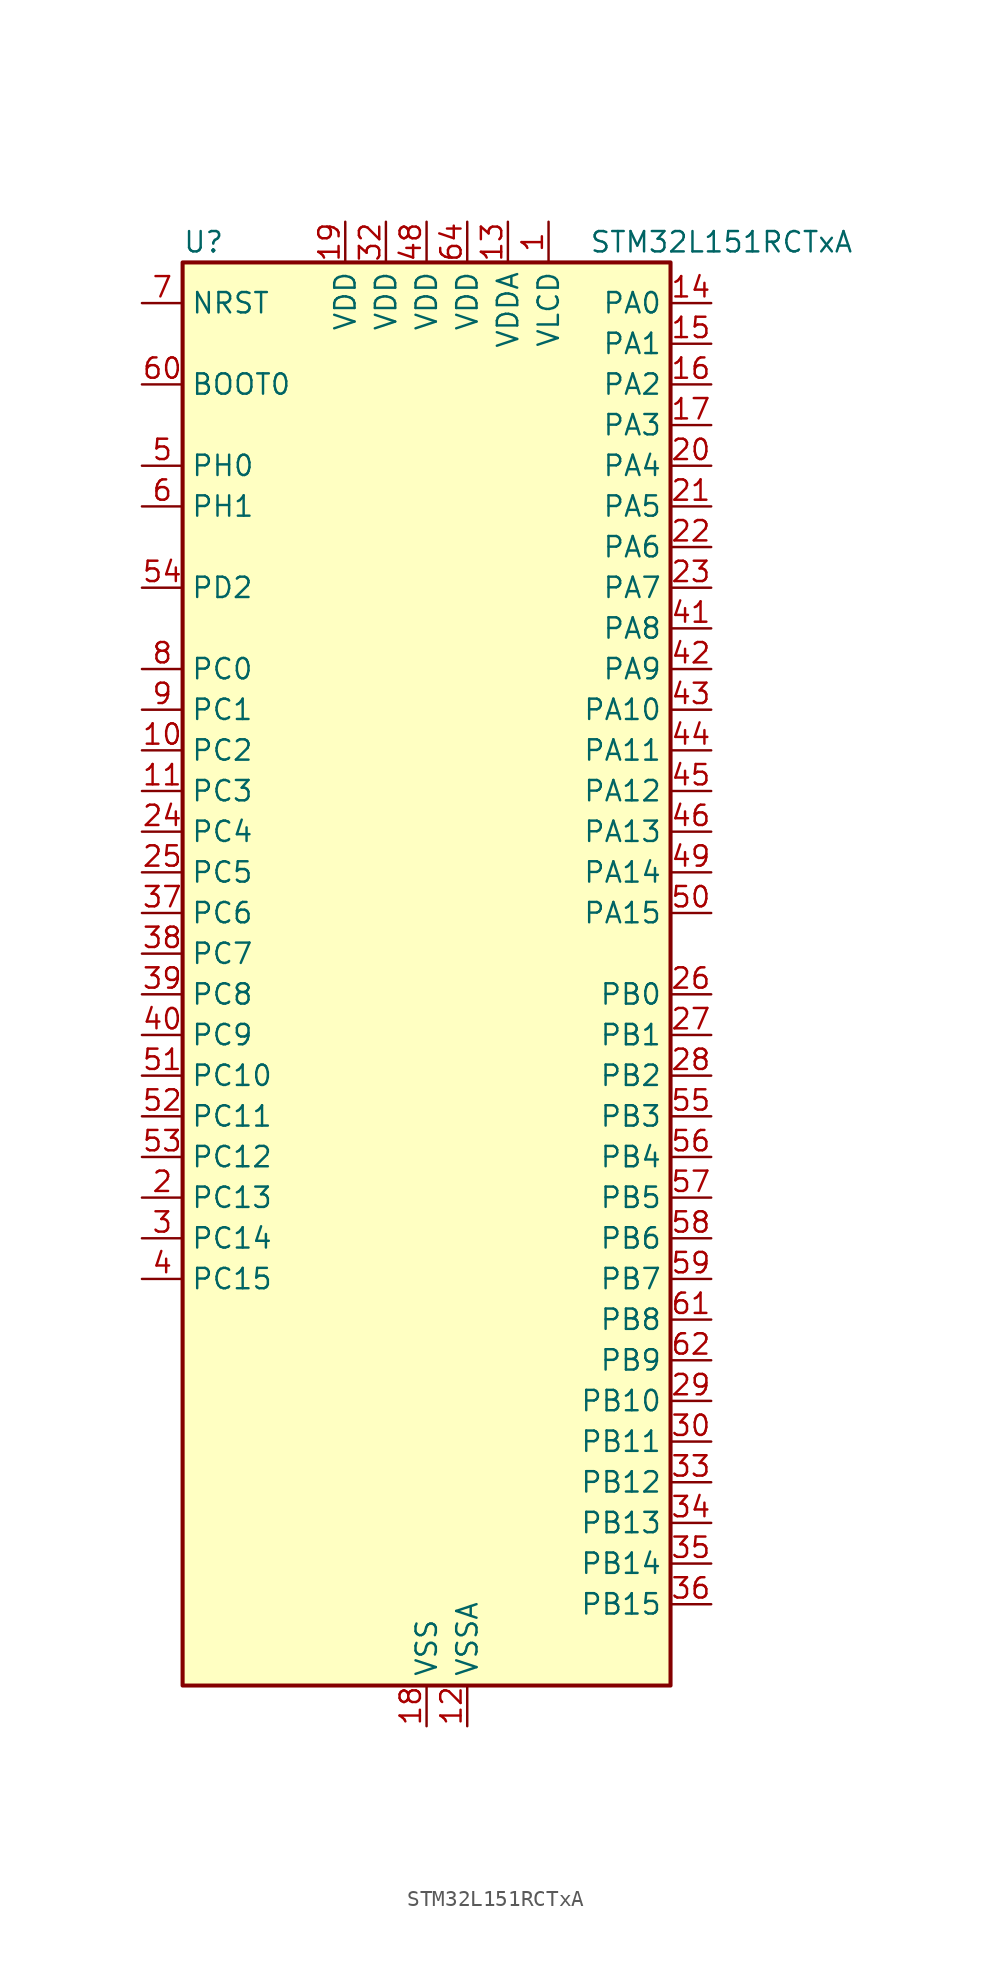
<source format=kicad_sym>
(kicad_symbol_lib
  (version 20220914)
  (generator kicad_symbol_editor)
  (symbol "STM32L151RCTxA"
    (property "Reference" "U"
      (at -15.24 46.99 0)
      (effects (font (size 1.27 1.27)) (justify left)))
    (property "Value" "STM32L151RCTxA"
      (at 10.16 46.99 0)
      (effects (font (size 1.27 1.27)) (justify left)))
    (property "ki_locked" ""
      (at 0 0 0)
      (effects (font (size 1.27 1.27))))
    (symbol "STM32L151RCTxA_0_1"
      (rectangle (start -15.24 -43.18) (end 15.24 45.72) (stroke (width 0.254) (type default)) (fill (type background))))
    (symbol "STM32L151RCTxA_1_1"
      (pin power_in line (at 7.62 48.26 270) (length 2.54) (name "VLCD" (effects (font (size 1.27 1.27)))) (number "1" (effects (font (size 1.27 1.27)))))
      (pin bidirectional line (at -17.78 15.24 0) (length 2.54) (name "PC2" (effects (font (size 1.27 1.27)))) (number "10" (effects (font (size 1.27 1.27)))) (alternate "ADC_IN12" bidirectional line) (alternate "COMP1_INP" bidirectional line) (alternate "TIMX_IC3" bidirectional line) (alternate "TS_G8_IO3" bidirectional line))
      (pin bidirectional line (at -17.78 12.7 0) (length 2.54) (name "PC3" (effects (font (size 1.27 1.27)))) (number "11" (effects (font (size 1.27 1.27)))) (alternate "ADC_IN13" bidirectional line) (alternate "COMP1_INP" bidirectional line) (alternate "TIMX_IC4" bidirectional line) (alternate "TS_G8_IO4" bidirectional line))
      (pin power_in line (at 2.54 -45.72 90) (length 2.54) (name "VSSA" (effects (font (size 1.27 1.27)))) (number "12" (effects (font (size 1.27 1.27)))))
      (pin power_in line (at 5.08 48.26 270) (length 2.54) (name "VDDA" (effects (font (size 1.27 1.27)))) (number "13" (effects (font (size 1.27 1.27)))))
      (pin bidirectional line (at 17.78 43.18 180) (length 2.54) (name "PA0" (effects (font (size 1.27 1.27)))) (number "14" (effects (font (size 1.27 1.27)))) (alternate "ADC_IN0" bidirectional line) (alternate "COMP1_INP" bidirectional line) (alternate "RTC_TAMP2" bidirectional line) (alternate "SYS_WKUP1" bidirectional line) (alternate "TIM2_CH1" bidirectional line) (alternate "TIM2_ETR" bidirectional line) (alternate "TIM5_CH1" bidirectional line) (alternate "TIMX_IC1" bidirectional line) (alternate "TS_G1_IO1" bidirectional line) (alternate "USART2_CTS" bidirectional line))
      (pin bidirectional line (at 17.78 40.64 180) (length 2.54) (name "PA1" (effects (font (size 1.27 1.27)))) (number "15" (effects (font (size 1.27 1.27)))) (alternate "ADC_IN1" bidirectional line) (alternate "COMP1_INP" bidirectional line) (alternate "OPAMP1_VINP" bidirectional line) (alternate "TIM2_CH2" bidirectional line) (alternate "TIM5_CH2" bidirectional line) (alternate "TIMX_IC2" bidirectional line) (alternate "TS_G1_IO2" bidirectional line) (alternate "USART2_RTS" bidirectional line))
      (pin bidirectional line (at 17.78 38.1 180) (length 2.54) (name "PA2" (effects (font (size 1.27 1.27)))) (number "16" (effects (font (size 1.27 1.27)))) (alternate "ADC_IN2" bidirectional line) (alternate "COMP1_INP" bidirectional line) (alternate "OPAMP1_VINM" bidirectional line) (alternate "TIM2_CH3" bidirectional line) (alternate "TIM5_CH3" bidirectional line) (alternate "TIM9_CH1" bidirectional line) (alternate "TIMX_IC3" bidirectional line) (alternate "TS_G1_IO3" bidirectional line) (alternate "USART2_TX" bidirectional line))
      (pin bidirectional line (at 17.78 35.56 180) (length 2.54) (name "PA3" (effects (font (size 1.27 1.27)))) (number "17" (effects (font (size 1.27 1.27)))) (alternate "ADC_IN3" bidirectional line) (alternate "COMP1_INP" bidirectional line) (alternate "OPAMP1_VOUT" bidirectional line) (alternate "TIM2_CH4" bidirectional line) (alternate "TIM5_CH4" bidirectional line) (alternate "TIM9_CH2" bidirectional line) (alternate "TIMX_IC4" bidirectional line) (alternate "TS_G1_IO4" bidirectional line) (alternate "USART2_RX" bidirectional line))
      (pin power_in line (at 0 -45.72 90) (length 2.54) (name "VSS" (effects (font (size 1.27 1.27)))) (number "18" (effects (font (size 1.27 1.27)))))
      (pin power_in line (at -5.08 48.26 270) (length 2.54) (name "VDD" (effects (font (size 1.27 1.27)))) (number "19" (effects (font (size 1.27 1.27)))))
      (pin bidirectional line (at -17.78 -12.7 0) (length 2.54) (name "PC13" (effects (font (size 1.27 1.27)))) (number "2" (effects (font (size 1.27 1.27)))) (alternate "RTC_OUT_ALARM" bidirectional line) (alternate "RTC_OUT_CALIB" bidirectional line) (alternate "RTC_TAMP1" bidirectional line) (alternate "RTC_TS" bidirectional line) (alternate "SYS_WKUP2" bidirectional line) (alternate "TIMX_IC2" bidirectional line))
      (pin bidirectional line (at 17.78 33.02 180) (length 2.54) (name "PA4" (effects (font (size 1.27 1.27)))) (number "20" (effects (font (size 1.27 1.27)))) (alternate "ADC_IN4" bidirectional line) (alternate "COMP1_INP" bidirectional line) (alternate "DAC_OUT1" bidirectional line) (alternate "I2S3_WS" bidirectional line) (alternate "SPI1_NSS" bidirectional line) (alternate "SPI3_NSS" bidirectional line) (alternate "TIMX_IC1" bidirectional line) (alternate "USART2_CK" bidirectional line))
      (pin bidirectional line (at 17.78 30.48 180) (length 2.54) (name "PA5" (effects (font (size 1.27 1.27)))) (number "21" (effects (font (size 1.27 1.27)))) (alternate "ADC_IN5" bidirectional line) (alternate "COMP1_INP" bidirectional line) (alternate "DAC_OUT2" bidirectional line) (alternate "SPI1_SCK" bidirectional line) (alternate "TIM2_CH1" bidirectional line) (alternate "TIM2_ETR" bidirectional line) (alternate "TIMX_IC2" bidirectional line))
      (pin bidirectional line (at 17.78 27.94 180) (length 2.54) (name "PA6" (effects (font (size 1.27 1.27)))) (number "22" (effects (font (size 1.27 1.27)))) (alternate "ADC_IN6" bidirectional line) (alternate "COMP1_INP" bidirectional line) (alternate "OPAMP2_VINP" bidirectional line) (alternate "SPI1_MISO" bidirectional line) (alternate "TIM10_CH1" bidirectional line) (alternate "TIM3_CH1" bidirectional line) (alternate "TIMX_IC3" bidirectional line) (alternate "TS_G2_IO1" bidirectional line))
      (pin bidirectional line (at 17.78 25.4 180) (length 2.54) (name "PA7" (effects (font (size 1.27 1.27)))) (number "23" (effects (font (size 1.27 1.27)))) (alternate "ADC_IN7" bidirectional line) (alternate "COMP1_INP" bidirectional line) (alternate "OPAMP2_VINM" bidirectional line) (alternate "SPI1_MOSI" bidirectional line) (alternate "TIM11_CH1" bidirectional line) (alternate "TIM3_CH2" bidirectional line) (alternate "TIMX_IC4" bidirectional line) (alternate "TS_G2_IO2" bidirectional line))
      (pin bidirectional line (at -17.78 10.16 0) (length 2.54) (name "PC4" (effects (font (size 1.27 1.27)))) (number "24" (effects (font (size 1.27 1.27)))) (alternate "ADC_IN14" bidirectional line) (alternate "COMP1_INP" bidirectional line) (alternate "TIMX_IC1" bidirectional line) (alternate "TS_G9_IO1" bidirectional line))
      (pin bidirectional line (at -17.78 7.62 0) (length 2.54) (name "PC5" (effects (font (size 1.27 1.27)))) (number "25" (effects (font (size 1.27 1.27)))) (alternate "ADC_IN15" bidirectional line) (alternate "COMP1_INP" bidirectional line) (alternate "TIMX_IC2" bidirectional line) (alternate "TS_G9_IO2" bidirectional line))
      (pin bidirectional line (at 17.78 0 180) (length 2.54) (name "PB0" (effects (font (size 1.27 1.27)))) (number "26" (effects (font (size 1.27 1.27)))) (alternate "ADC_IN8" bidirectional line) (alternate "COMP1_INP" bidirectional line) (alternate "OPAMP2_VOUT" bidirectional line) (alternate "SYS_V_REF_OUT" bidirectional line) (alternate "TIM3_CH3" bidirectional line) (alternate "TS_G3_IO1" bidirectional line))
      (pin bidirectional line (at 17.78 -2.54 180) (length 2.54) (name "PB1" (effects (font (size 1.27 1.27)))) (number "27" (effects (font (size 1.27 1.27)))) (alternate "ADC_IN9" bidirectional line) (alternate "COMP1_INP" bidirectional line) (alternate "SYS_V_REF_OUT" bidirectional line) (alternate "TIM3_CH4" bidirectional line) (alternate "TS_G3_IO2" bidirectional line))
      (pin bidirectional line (at 17.78 -5.08 180) (length 2.54) (name "PB2" (effects (font (size 1.27 1.27)))) (number "28" (effects (font (size 1.27 1.27)))) (alternate "TS_G3_IO3" bidirectional line))
      (pin bidirectional line (at 17.78 -25.4 180) (length 2.54) (name "PB10" (effects (font (size 1.27 1.27)))) (number "29" (effects (font (size 1.27 1.27)))) (alternate "I2C2_SCL" bidirectional line) (alternate "TIM2_CH3" bidirectional line) (alternate "USART3_TX" bidirectional line))
      (pin bidirectional line (at -17.78 -15.24 0) (length 2.54) (name "PC14" (effects (font (size 1.27 1.27)))) (number "3" (effects (font (size 1.27 1.27)))) (alternate "RCC_OSC32_IN" bidirectional line) (alternate "TIMX_IC3" bidirectional line))
      (pin bidirectional line (at 17.78 -27.94 180) (length 2.54) (name "PB11" (effects (font (size 1.27 1.27)))) (number "30" (effects (font (size 1.27 1.27)))) (alternate "ADC_EXTI11" bidirectional line) (alternate "I2C2_SDA" bidirectional line) (alternate "TIM2_CH4" bidirectional line) (alternate "USART3_RX" bidirectional line))
      (pin passive line (at 0 -45.72 90) (length 2.54) hide (name "VSS" (effects (font (size 1.27 1.27)))) (number "31" (effects (font (size 1.27 1.27)))))
      (pin power_in line (at -2.54 48.26 270) (length 2.54) (name "VDD" (effects (font (size 1.27 1.27)))) (number "32" (effects (font (size 1.27 1.27)))))
      (pin bidirectional line (at 17.78 -30.48 180) (length 2.54) (name "PB12" (effects (font (size 1.27 1.27)))) (number "33" (effects (font (size 1.27 1.27)))) (alternate "ADC_IN18" bidirectional line) (alternate "COMP1_INP" bidirectional line) (alternate "I2C2_SMBA" bidirectional line) (alternate "I2S2_WS" bidirectional line) (alternate "SPI2_NSS" bidirectional line) (alternate "TIM10_CH1" bidirectional line) (alternate "TS_G7_IO1" bidirectional line) (alternate "USART3_CK" bidirectional line))
      (pin bidirectional line (at 17.78 -33.02 180) (length 2.54) (name "PB13" (effects (font (size 1.27 1.27)))) (number "34" (effects (font (size 1.27 1.27)))) (alternate "ADC_IN19" bidirectional line) (alternate "COMP1_INP" bidirectional line) (alternate "I2S2_CK" bidirectional line) (alternate "SPI2_SCK" bidirectional line) (alternate "TIM9_CH1" bidirectional line) (alternate "TS_G7_IO2" bidirectional line) (alternate "USART3_CTS" bidirectional line))
      (pin bidirectional line (at 17.78 -35.56 180) (length 2.54) (name "PB14" (effects (font (size 1.27 1.27)))) (number "35" (effects (font (size 1.27 1.27)))) (alternate "ADC_IN20" bidirectional line) (alternate "COMP1_INP" bidirectional line) (alternate "SPI2_MISO" bidirectional line) (alternate "TIM9_CH2" bidirectional line) (alternate "TS_G7_IO3" bidirectional line) (alternate "USART3_RTS" bidirectional line))
      (pin bidirectional line (at 17.78 -38.1 180) (length 2.54) (name "PB15" (effects (font (size 1.27 1.27)))) (number "36" (effects (font (size 1.27 1.27)))) (alternate "ADC_EXTI15" bidirectional line) (alternate "ADC_IN21" bidirectional line) (alternate "COMP1_INP" bidirectional line) (alternate "I2S2_SD" bidirectional line) (alternate "RTC_REFIN" bidirectional line) (alternate "SPI2_MOSI" bidirectional line) (alternate "TIM11_CH1" bidirectional line) (alternate "TS_G7_IO4" bidirectional line))
      (pin bidirectional line (at -17.78 5.08 0) (length 2.54) (name "PC6" (effects (font (size 1.27 1.27)))) (number "37" (effects (font (size 1.27 1.27)))) (alternate "I2S2_MCK" bidirectional line) (alternate "TIM3_CH1" bidirectional line) (alternate "TIMX_IC3" bidirectional line) (alternate "TS_G10_IO1" bidirectional line))
      (pin bidirectional line (at -17.78 2.54 0) (length 2.54) (name "PC7" (effects (font (size 1.27 1.27)))) (number "38" (effects (font (size 1.27 1.27)))) (alternate "I2S3_MCK" bidirectional line) (alternate "TIM3_CH2" bidirectional line) (alternate "TIMX_IC4" bidirectional line) (alternate "TS_G10_IO2" bidirectional line))
      (pin bidirectional line (at -17.78 0 0) (length 2.54) (name "PC8" (effects (font (size 1.27 1.27)))) (number "39" (effects (font (size 1.27 1.27)))) (alternate "TIM3_CH3" bidirectional line) (alternate "TIMX_IC1" bidirectional line) (alternate "TS_G10_IO3" bidirectional line))
      (pin bidirectional line (at -17.78 -17.78 0) (length 2.54) (name "PC15" (effects (font (size 1.27 1.27)))) (number "4" (effects (font (size 1.27 1.27)))) (alternate "ADC_EXTI15" bidirectional line) (alternate "RCC_OSC32_OUT" bidirectional line) (alternate "TIMX_IC4" bidirectional line))
      (pin bidirectional line (at -17.78 -2.54 0) (length 2.54) (name "PC9" (effects (font (size 1.27 1.27)))) (number "40" (effects (font (size 1.27 1.27)))) (alternate "DAC_EXTI9" bidirectional line) (alternate "TIM3_CH4" bidirectional line) (alternate "TIMX_IC2" bidirectional line) (alternate "TS_G10_IO4" bidirectional line))
      (pin bidirectional line (at 17.78 22.86 180) (length 2.54) (name "PA8" (effects (font (size 1.27 1.27)))) (number "41" (effects (font (size 1.27 1.27)))) (alternate "RCC_MCO" bidirectional line) (alternate "TIMX_IC1" bidirectional line) (alternate "TS_G4_IO1" bidirectional line) (alternate "USART1_CK" bidirectional line))
      (pin bidirectional line (at 17.78 20.32 180) (length 2.54) (name "PA9" (effects (font (size 1.27 1.27)))) (number "42" (effects (font (size 1.27 1.27)))) (alternate "DAC_EXTI9" bidirectional line) (alternate "TIMX_IC2" bidirectional line) (alternate "TS_G4_IO2" bidirectional line) (alternate "USART1_TX" bidirectional line))
      (pin bidirectional line (at 17.78 17.78 180) (length 2.54) (name "PA10" (effects (font (size 1.27 1.27)))) (number "43" (effects (font (size 1.27 1.27)))) (alternate "TIMX_IC3" bidirectional line) (alternate "TS_G4_IO3" bidirectional line) (alternate "USART1_RX" bidirectional line))
      (pin bidirectional line (at 17.78 15.24 180) (length 2.54) (name "PA11" (effects (font (size 1.27 1.27)))) (number "44" (effects (font (size 1.27 1.27)))) (alternate "ADC_EXTI11" bidirectional line) (alternate "SPI1_MISO" bidirectional line) (alternate "TIMX_IC4" bidirectional line) (alternate "USART1_CTS" bidirectional line) (alternate "USB_DM" bidirectional line))
      (pin bidirectional line (at 17.78 12.7 180) (length 2.54) (name "PA12" (effects (font (size 1.27 1.27)))) (number "45" (effects (font (size 1.27 1.27)))) (alternate "SPI1_MOSI" bidirectional line) (alternate "TIMX_IC1" bidirectional line) (alternate "USART1_RTS" bidirectional line) (alternate "USB_DP" bidirectional line))
      (pin bidirectional line (at 17.78 10.16 180) (length 2.54) (name "PA13" (effects (font (size 1.27 1.27)))) (number "46" (effects (font (size 1.27 1.27)))) (alternate "SYS_JTMS-SWDIO" bidirectional line) (alternate "TIMX_IC2" bidirectional line) (alternate "TS_G5_IO1" bidirectional line))
      (pin passive line (at 0 -45.72 90) (length 2.54) hide (name "VSS" (effects (font (size 1.27 1.27)))) (number "47" (effects (font (size 1.27 1.27)))))
      (pin power_in line (at 0 48.26 270) (length 2.54) (name "VDD" (effects (font (size 1.27 1.27)))) (number "48" (effects (font (size 1.27 1.27)))))
      (pin bidirectional line (at 17.78 7.62 180) (length 2.54) (name "PA14" (effects (font (size 1.27 1.27)))) (number "49" (effects (font (size 1.27 1.27)))) (alternate "SYS_JTCK-SWCLK" bidirectional line) (alternate "TIMX_IC3" bidirectional line) (alternate "TS_G5_IO2" bidirectional line))
      (pin bidirectional line (at -17.78 33.02 0) (length 2.54) (name "PH0" (effects (font (size 1.27 1.27)))) (number "5" (effects (font (size 1.27 1.27)))) (alternate "RCC_OSC_IN" bidirectional line))
      (pin bidirectional line (at 17.78 5.08 180) (length 2.54) (name "PA15" (effects (font (size 1.27 1.27)))) (number "50" (effects (font (size 1.27 1.27)))) (alternate "ADC_EXTI15" bidirectional line) (alternate "I2S3_WS" bidirectional line) (alternate "SPI1_NSS" bidirectional line) (alternate "SPI3_NSS" bidirectional line) (alternate "SYS_JTDI" bidirectional line) (alternate "TIM2_CH1" bidirectional line) (alternate "TIM2_ETR" bidirectional line) (alternate "TIMX_IC4" bidirectional line) (alternate "TS_G5_IO3" bidirectional line))
      (pin bidirectional line (at -17.78 -5.08 0) (length 2.54) (name "PC10" (effects (font (size 1.27 1.27)))) (number "51" (effects (font (size 1.27 1.27)))) (alternate "I2S3_CK" bidirectional line) (alternate "SPI3_SCK" bidirectional line) (alternate "TIMX_IC3" bidirectional line) (alternate "USART3_TX" bidirectional line))
      (pin bidirectional line (at -17.78 -7.62 0) (length 2.54) (name "PC11" (effects (font (size 1.27 1.27)))) (number "52" (effects (font (size 1.27 1.27)))) (alternate "ADC_EXTI11" bidirectional line) (alternate "SPI3_MISO" bidirectional line) (alternate "TIMX_IC4" bidirectional line) (alternate "USART3_RX" bidirectional line))
      (pin bidirectional line (at -17.78 -10.16 0) (length 2.54) (name "PC12" (effects (font (size 1.27 1.27)))) (number "53" (effects (font (size 1.27 1.27)))) (alternate "I2S3_SD" bidirectional line) (alternate "SPI3_MOSI" bidirectional line) (alternate "TIMX_IC1" bidirectional line) (alternate "USART3_CK" bidirectional line))
      (pin bidirectional line (at -17.78 25.4 0) (length 2.54) (name "PD2" (effects (font (size 1.27 1.27)))) (number "54" (effects (font (size 1.27 1.27)))) (alternate "TIM3_ETR" bidirectional line) (alternate "TIMX_IC3" bidirectional line))
      (pin bidirectional line (at 17.78 -7.62 180) (length 2.54) (name "PB3" (effects (font (size 1.27 1.27)))) (number "55" (effects (font (size 1.27 1.27)))) (alternate "COMP2_INM" bidirectional line) (alternate "I2S3_CK" bidirectional line) (alternate "SPI1_SCK" bidirectional line) (alternate "SPI3_SCK" bidirectional line) (alternate "SYS_JTDO-TRACESWO" bidirectional line) (alternate "TIM2_CH2" bidirectional line))
      (pin bidirectional line (at 17.78 -10.16 180) (length 2.54) (name "PB4" (effects (font (size 1.27 1.27)))) (number "56" (effects (font (size 1.27 1.27)))) (alternate "COMP2_INP" bidirectional line) (alternate "SPI1_MISO" bidirectional line) (alternate "SPI3_MISO" bidirectional line) (alternate "SYS_JTRST" bidirectional line) (alternate "TIM3_CH1" bidirectional line) (alternate "TS_G6_IO1" bidirectional line))
      (pin bidirectional line (at 17.78 -12.7 180) (length 2.54) (name "PB5" (effects (font (size 1.27 1.27)))) (number "57" (effects (font (size 1.27 1.27)))) (alternate "COMP2_INP" bidirectional line) (alternate "I2C1_SMBA" bidirectional line) (alternate "I2S3_SD" bidirectional line) (alternate "SPI1_MOSI" bidirectional line) (alternate "SPI3_MOSI" bidirectional line) (alternate "TIM3_CH2" bidirectional line) (alternate "TS_G6_IO2" bidirectional line))
      (pin bidirectional line (at 17.78 -15.24 180) (length 2.54) (name "PB6" (effects (font (size 1.27 1.27)))) (number "58" (effects (font (size 1.27 1.27)))) (alternate "COMP2_INP" bidirectional line) (alternate "I2C1_SCL" bidirectional line) (alternate "TIM4_CH1" bidirectional line) (alternate "TS_G6_IO3" bidirectional line) (alternate "USART1_TX" bidirectional line))
      (pin bidirectional line (at 17.78 -17.78 180) (length 2.54) (name "PB7" (effects (font (size 1.27 1.27)))) (number "59" (effects (font (size 1.27 1.27)))) (alternate "COMP2_INP" bidirectional line) (alternate "I2C1_SDA" bidirectional line) (alternate "SYS_PVD_IN" bidirectional line) (alternate "TIM4_CH2" bidirectional line) (alternate "TS_G6_IO4" bidirectional line) (alternate "USART1_RX" bidirectional line))
      (pin bidirectional line (at -17.78 30.48 0) (length 2.54) (name "PH1" (effects (font (size 1.27 1.27)))) (number "6" (effects (font (size 1.27 1.27)))) (alternate "RCC_OSC_OUT" bidirectional line))
      (pin input line (at -17.78 38.1 0) (length 2.54) (name "BOOT0" (effects (font (size 1.27 1.27)))) (number "60" (effects (font (size 1.27 1.27)))))
      (pin bidirectional line (at 17.78 -20.32 180) (length 2.54) (name "PB8" (effects (font (size 1.27 1.27)))) (number "61" (effects (font (size 1.27 1.27)))) (alternate "I2C1_SCL" bidirectional line) (alternate "TIM10_CH1" bidirectional line) (alternate "TIM4_CH3" bidirectional line))
      (pin bidirectional line (at 17.78 -22.86 180) (length 2.54) (name "PB9" (effects (font (size 1.27 1.27)))) (number "62" (effects (font (size 1.27 1.27)))) (alternate "DAC_EXTI9" bidirectional line) (alternate "I2C1_SDA" bidirectional line) (alternate "TIM11_CH1" bidirectional line) (alternate "TIM4_CH4" bidirectional line))
      (pin passive line (at 0 -45.72 90) (length 2.54) hide (name "VSS" (effects (font (size 1.27 1.27)))) (number "63" (effects (font (size 1.27 1.27)))))
      (pin power_in line (at 2.54 48.26 270) (length 2.54) (name "VDD" (effects (font (size 1.27 1.27)))) (number "64" (effects (font (size 1.27 1.27)))))
      (pin input line (at -17.78 43.18 0) (length 2.54) (name "NRST" (effects (font (size 1.27 1.27)))) (number "7" (effects (font (size 1.27 1.27)))))
      (pin bidirectional line (at -17.78 20.32 0) (length 2.54) (name "PC0" (effects (font (size 1.27 1.27)))) (number "8" (effects (font (size 1.27 1.27)))) (alternate "ADC_IN10" bidirectional line) (alternate "COMP1_INP" bidirectional line) (alternate "TIMX_IC1" bidirectional line) (alternate "TS_G8_IO1" bidirectional line))
      (pin bidirectional line (at -17.78 17.78 0) (length 2.54) (name "PC1" (effects (font (size 1.27 1.27)))) (number "9" (effects (font (size 1.27 1.27)))) (alternate "ADC_IN11" bidirectional line) (alternate "COMP1_INP" bidirectional line) (alternate "TIMX_IC2" bidirectional line) (alternate "TS_G8_IO2" bidirectional line)))))
</source>
